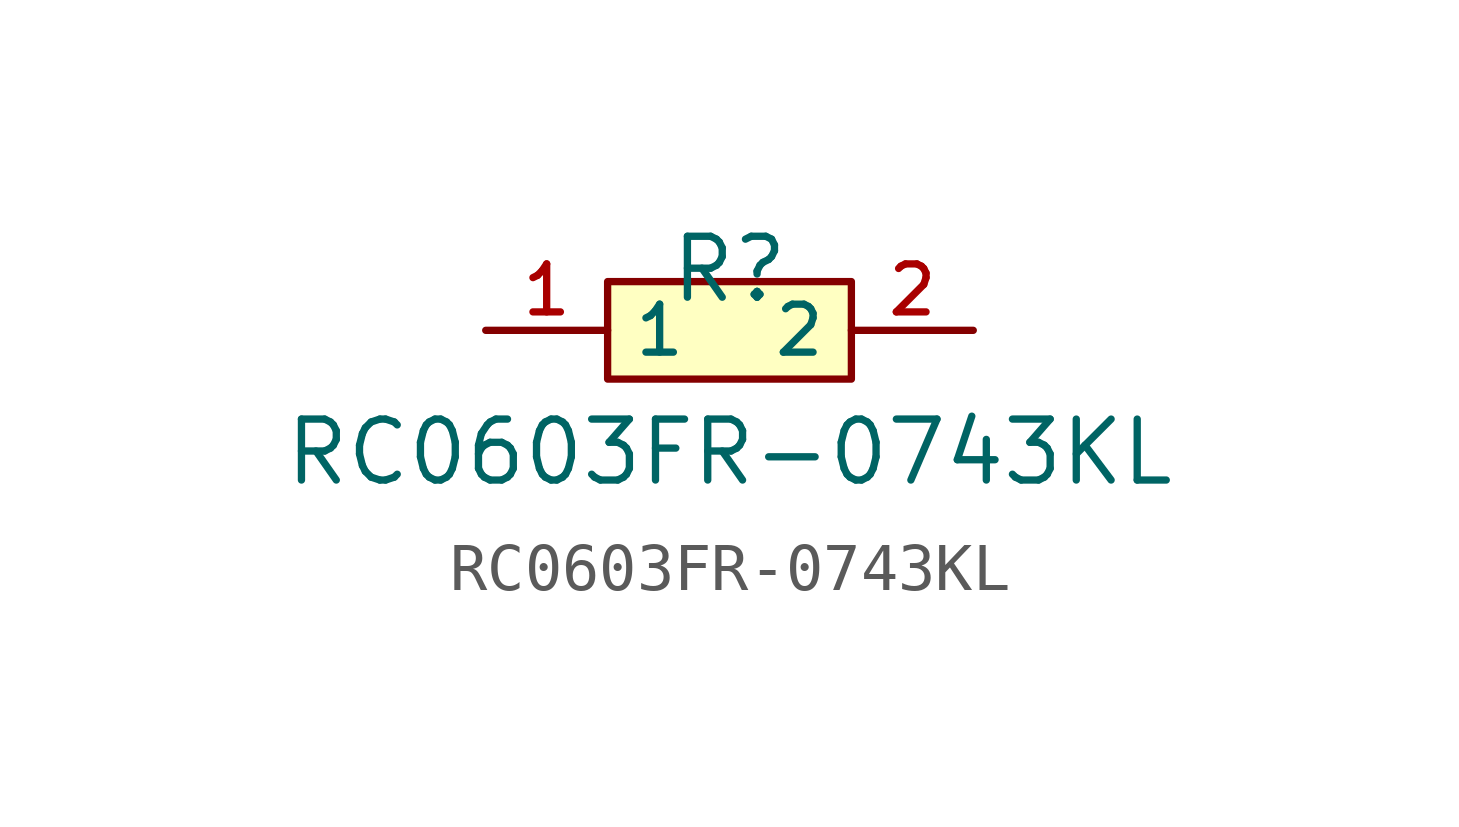
<source format=kicad_sym>
(kicad_symbol_lib
  (version 20210201)
  (generator TousstNicolas/JLC2KiCad_lib)
  (symbol "RC0603FR-0743KL"
    (property "Reference" "R"
      (at 0 1.27 0)
      (effects (font (size 1.27 1.27))))
    (property "Value" "RC0603FR-0743KL"
      (at 0 -2.54 0)
      (effects (font (size 1.27 1.27))))
    (symbol "RC0603FR-0743KL_0_1"
      (pin input line (at 5.08 -0.0 180) (length 2.54) (name "2" (effects (font (size 1 1)))) (number "2" (effects (font (size 1 1)))))
      (pin input line (at -5.08 -0.0 0) (length 2.54) (name "1" (effects (font (size 1 1)))) (number "1" (effects (font (size 1 1)))))
      (rectangle (start -2.54 1.016) (end 2.54 -1.016) (stroke (width 0) (type default) (color 0 0 0 0)) (fill (type background))))))
</source>
